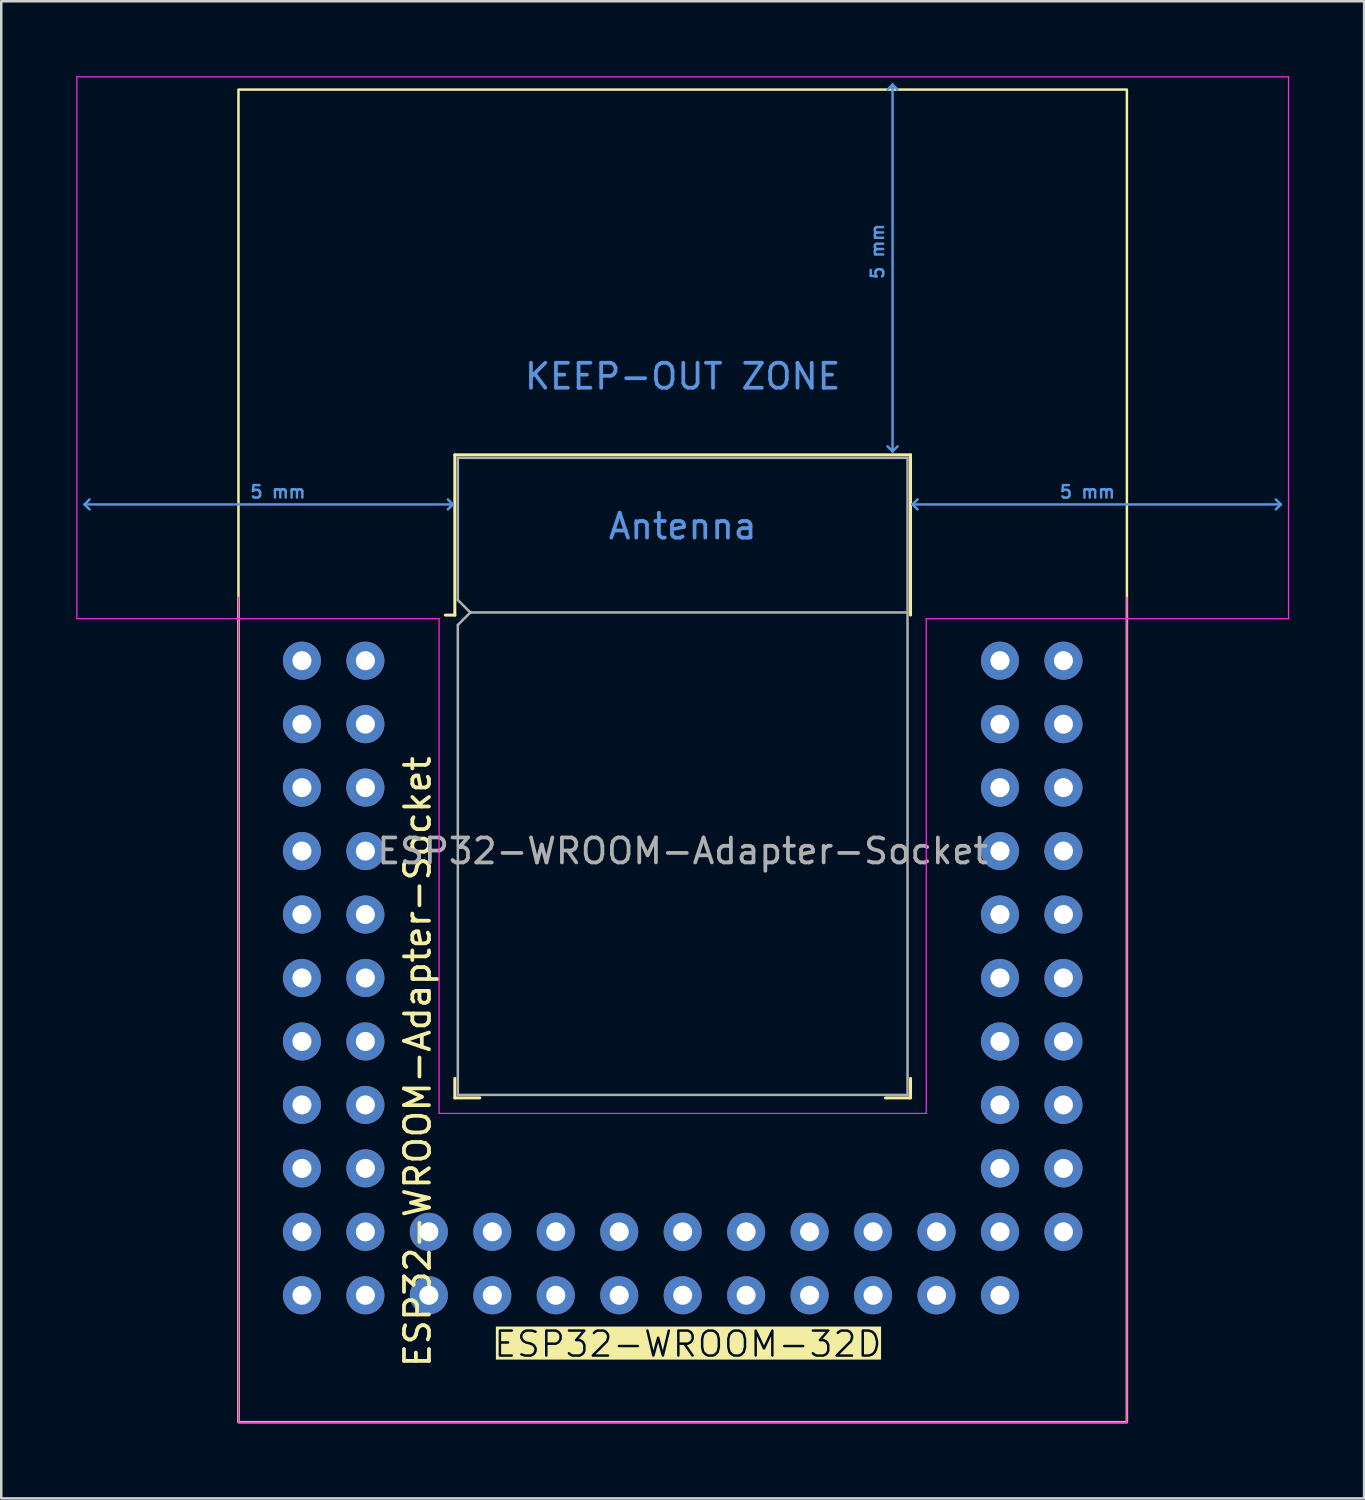
<source format=kicad_pcb>
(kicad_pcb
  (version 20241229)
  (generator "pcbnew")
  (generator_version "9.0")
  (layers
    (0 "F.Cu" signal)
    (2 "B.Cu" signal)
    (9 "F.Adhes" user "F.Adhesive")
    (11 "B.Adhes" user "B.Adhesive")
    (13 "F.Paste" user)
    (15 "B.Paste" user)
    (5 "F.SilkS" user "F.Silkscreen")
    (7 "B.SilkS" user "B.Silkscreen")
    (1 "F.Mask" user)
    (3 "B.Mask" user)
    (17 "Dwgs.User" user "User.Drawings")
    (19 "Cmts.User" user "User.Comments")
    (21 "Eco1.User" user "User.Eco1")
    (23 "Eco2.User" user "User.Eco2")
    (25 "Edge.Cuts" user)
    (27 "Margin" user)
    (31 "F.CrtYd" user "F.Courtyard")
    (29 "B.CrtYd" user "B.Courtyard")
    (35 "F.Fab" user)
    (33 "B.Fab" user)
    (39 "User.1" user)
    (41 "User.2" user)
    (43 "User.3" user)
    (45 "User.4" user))
  (footprint "ESP32-WROOM-Adapter-Socket"
    (layer "F.Cu")
    (at 24.275 31.015)
    (property "Reference" "ESP32-WROOM-Adapter-Socket" (at -10.61 8.43 90) (layer "F.SilkS") (effects (font (size 1 1) (thickness 0.15))))
    (attr through_hole)
    (fp_line (start -9.12 -15.86) (end -9.12 -9.445) (stroke (width 0.12) (type solid)) (layer "F.SilkS"))
    (fp_line (start -9.12 -15.86) (end 9.12 -15.86) (stroke (width 0.12) (type solid)) (layer "F.SilkS"))
    (fp_line (start -9.12 -9.445) (end -9.5 -9.445) (stroke (width 0.12) (type solid)) (layer "F.SilkS"))
    (fp_line (start -9.12 9.1) (end -9.12 9.88) (stroke (width 0.12) (type solid)) (layer "F.SilkS"))
    (fp_line (start -9.12 9.88) (end -8.12 9.88) (stroke (width 0.12) (type solid)) (layer "F.SilkS"))
    (fp_line (start 9.12 -15.86) (end 9.12 -9.445) (stroke (width 0.12) (type solid)) (layer "F.SilkS"))
    (fp_line (start 9.12 9.1) (end 9.12 9.88) (stroke (width 0.12) (type solid)) (layer "F.SilkS"))
    (fp_line (start 9.12 9.88) (end 8.12 9.88) (stroke (width 0.12) (type solid)) (layer "F.SilkS"))
    (fp_rect (start -17.78 22.86) (end 17.78 -30.48) (stroke (width 0.1) (type default)) (fill no) (layer "F.SilkS"))
    (fp_line (start -23.94 -13.875) (end -23.74 -14.075) (stroke (width 0.1) (type solid)) (layer "Cmts.User"))
    (fp_line (start -23.94 -13.875) (end -23.74 -13.675) (stroke (width 0.1) (type solid)) (layer "Cmts.User"))
    (fp_line (start -23.94 -13.875) (end -9.2 -13.875) (stroke (width 0.1) (type solid)) (layer "Cmts.User"))
    (fp_line (start -9.2 -13.875) (end -9.4 -14.075) (stroke (width 0.1) (type solid)) (layer "Cmts.User"))
    (fp_line (start -9.2 -13.875) (end -9.4 -13.675) (stroke (width 0.1) (type solid)) (layer "Cmts.User"))
    (fp_line (start 8.4 -30.68) (end 8.2 -30.48) (stroke (width 0.1) (type solid)) (layer "Cmts.User"))
    (fp_line (start 8.4 -30.68) (end 8.6 -30.48) (stroke (width 0.1) (type solid)) (layer "Cmts.User"))
    (fp_line (start 8.4 -16) (end 8.2 -16.2) (stroke (width 0.1) (type solid)) (layer "Cmts.User"))
    (fp_line (start 8.4 -16) (end 8.4 -30.68) (stroke (width 0.1) (type solid)) (layer "Cmts.User"))
    (fp_line (start 8.4 -16) (end 8.6 -16.2) (stroke (width 0.1) (type solid)) (layer "Cmts.User"))
    (fp_line (start 9.2 -13.875) (end 9.4 -14.075) (stroke (width 0.1) (type solid)) (layer "Cmts.User"))
    (fp_line (start 9.2 -13.875) (end 9.4 -13.675) (stroke (width 0.1) (type solid)) (layer "Cmts.User"))
    (fp_line (start 9.2 -13.875) (end 23.94 -13.875) (stroke (width 0.1) (type solid)) (layer "Cmts.User"))
    (fp_line (start 23.94 -13.875) (end 23.74 -14.075) (stroke (width 0.1) (type solid)) (layer "Cmts.User"))
    (fp_line (start 23.94 -13.875) (end 23.74 -13.675) (stroke (width 0.1) (type solid)) (layer "Cmts.User"))
    (fp_line (start -24.25 -30.99) (end -24.25 -9.3) (stroke (width 0.05) (type solid)) (layer "F.CrtYd"))
    (fp_line (start -24.25 -30.99) (end 24.25 -30.99) (stroke (width 0.05) (type solid)) (layer "F.CrtYd"))
    (fp_line (start -24.25 -9.3) (end -9.75 -9.3) (stroke (width 0.05) (type solid)) (layer "F.CrtYd"))
    (fp_line (start -17.78 -10.16) (end -17.78 22.86) (stroke (width 0.05) (type solid)) (layer "F.CrtYd"))
    (fp_line (start -17.78 22.86) (end 17.78 22.86) (stroke (width 0.05) (type solid)) (layer "F.CrtYd"))
    (fp_line (start -9.75 10.5) (end -9.75 -9.3) (stroke (width 0.05) (type solid)) (layer "F.CrtYd"))
    (fp_line (start -9.75 10.5) (end 9.75 10.5) (stroke (width 0.05) (type solid)) (layer "F.CrtYd"))
    (fp_line (start 9.75 -9.3) (end 9.75 10.5) (stroke (width 0.05) (type solid)) (layer "F.CrtYd"))
    (fp_line (start 9.75 -9.3) (end 24.25 -9.3) (stroke (width 0.05) (type solid)) (layer "F.CrtYd"))
    (fp_line (start 17.78 22.86) (end 17.78 -10.16) (stroke (width 0.05) (type solid)) (layer "F.CrtYd"))
    (fp_line (start 24.25 -30.99) (end 24.25 -9.3) (stroke (width 0.05) (type solid)) (layer "F.CrtYd"))
    (fp_line (start -9 -15.74) (end -9 -10.05) (stroke (width 0.1) (type solid)) (layer "F.Fab"))
    (fp_line (start -9 -15.74) (end 9 -15.74) (stroke (width 0.1) (type solid)) (layer "F.Fab"))
    (fp_line (start -9 -9.05) (end -9 9.76) (stroke (width 0.1) (type solid)) (layer "F.Fab"))
    (fp_line (start -9 -9.05) (end -8.5 -9.55) (stroke (width 0.1) (type solid)) (layer "F.Fab"))
    (fp_line (start -9 9.76) (end 9 9.76) (stroke (width 0.1) (type solid)) (layer "F.Fab"))
    (fp_line (start -8.5 -9.55) (end -9 -10.05) (stroke (width 0.1) (type solid)) (layer "F.Fab"))
    (fp_line (start -8.5 -9.55) (end 9 -9.55) (stroke (width 0.1) (type solid)) (layer "F.Fab"))
    (fp_line (start 9 9.76) (end 9 -15.74) (stroke (width 0.1) (type solid)) (layer "F.Fab"))
    (fp_text user "ESP32-WROOM-32D" (at -7.62 20.32 0) (unlocked yes) (layer "F.SilkS" knockout) (effects (font (size 1 1) (thickness 0.1)) (justify left bottom)))
    (fp_text user "KEEP-OUT ZONE" (at 0 -19 0) (layer "Cmts.User") (effects (font (size 1 1) (thickness 0.15))))
    (fp_text user "5 mm" (at 7.8 -24 90) (layer "Cmts.User") (effects (font (size 0.5 0.5) (thickness 0.1))))
    (fp_text user "5 mm" (at -16.2 -14.375 0) (layer "Cmts.User") (effects (font (size 0.5 0.5) (thickness 0.1))))
    (fp_text user "5 mm" (at 16.2 -14.375 0) (layer "Cmts.User") (effects (font (size 0.5 0.5) (thickness 0.1))))
    (fp_text user "Antenna" (at 0 -13 0) (layer "Cmts.User") (effects (font (size 1 1) (thickness 0.15))))
    (fp_text user "${REFERENCE}" (at 0 0 0) (layer "F.Fab") (effects (font (size 1 1) (thickness 0.15))))
    (pad "" thru_hole circle (at -15.24 10.16) (size 1.524 1.524) (drill 0.762) (layers "*.Cu" "*.Mask"))
    (pad "" thru_hole circle (at -15.24 12.7 90) (size 1.524 1.524) (drill 0.762) (layers "*.Cu" "*.Mask"))
    (pad "" thru_hole circle (at -15.24 15.24 90) (size 1.524 1.524) (drill 0.762) (layers "*.Cu" "*.Mask"))
    (pad "" thru_hole circle (at -15.24 17.78 90) (size 1.524 1.524) (drill 0.762) (layers "*.Cu" "*.Mask"))
    (pad "" thru_hole circle (at -12.7 10.16) (size 1.524 1.524) (drill 0.762) (layers "*.Cu" "*.Mask"))
    (pad "" thru_hole circle (at -12.7 12.7 90) (size 1.524 1.524) (drill 0.762) (layers "*.Cu" "*.Mask"))
    (pad "" thru_hole circle (at -12.7 15.24 90) (size 1.524 1.524) (drill 0.762) (layers "*.Cu" "*.Mask"))
    (pad "" thru_hole circle (at -12.7 17.78 90) (size 1.524 1.524) (drill 0.762) (layers "*.Cu" "*.Mask"))
    (pad "" thru_hole circle (at -10.16 15.24 90) (size 1.524 1.524) (drill 0.762) (layers "*.Cu" "*.Mask"))
    (pad "" thru_hole circle (at -7.62 15.24 90) (size 1.524 1.524) (drill 0.762) (layers "*.Cu" "*.Mask"))
    (pad "" thru_hole circle (at -5.08 15.24 90) (size 1.524 1.524) (drill 0.762) (layers "*.Cu" "*.Mask"))
    (pad "" thru_hole circle (at -2.54 15.24 90) (size 1.524 1.524) (drill 0.762) (layers "*.Cu" "*.Mask"))
    (pad "" thru_hole circle (at 0 15.24 90) (size 1.524 1.524) (drill 0.762) (layers "*.Cu" "*.Mask"))
    (pad "" thru_hole circle (at 2.54 15.24 90) (size 1.524 1.524) (drill 0.762) (layers "*.Cu" "*.Mask"))
    (pad "" thru_hole circle (at 5.08 15.24 90) (size 1.524 1.524) (drill 0.762) (layers "*.Cu" "*.Mask"))
    (pad "" thru_hole circle (at 7.62 15.24 90) (size 1.524 1.524) (drill 0.762) (layers "*.Cu" "*.Mask"))
    (pad "" thru_hole circle (at 10.16 15.24 90) (size 1.524 1.524) (drill 0.762) (layers "*.Cu" "*.Mask"))
    (pad "" thru_hole circle (at 12.7 10.16) (size 1.524 1.524) (drill 0.762) (layers "*.Cu" "*.Mask"))
    (pad "" thru_hole circle (at 12.7 12.7 90) (size 1.524 1.524) (drill 0.762) (layers "*.Cu" "*.Mask"))
    (pad "" thru_hole circle (at 12.7 15.24 90) (size 1.524 1.524) (drill 0.762) (layers "*.Cu" "*.Mask"))
    (pad "" thru_hole circle (at 12.7 17.78 90) (size 1.524 1.524) (drill 0.762) (layers "*.Cu" "*.Mask"))
    (pad "" thru_hole circle (at 15.24 10.16) (size 1.524 1.524) (drill 0.762) (layers "*.Cu" "*.Mask"))
    (pad "" thru_hole circle (at 15.24 12.7 90) (size 1.524 1.524) (drill 0.762) (layers "*.Cu" "*.Mask"))
    (pad "" thru_hole circle (at 15.24 15.24 90) (size 1.524 1.524) (drill 0.762) (layers "*.Cu" "*.Mask"))
    (pad "1" thru_hole circle (at -15.24 -7.62) (size 1.524 1.524) (drill 0.762) (layers "*.Cu" "*.Mask"))
    (pad "2" thru_hole circle (at -12.7 -7.62) (size 1.524 1.524) (drill 0.762) (layers "*.Cu" "*.Mask"))
    (pad "3" thru_hole circle (at -15.24 -5.08) (size 1.524 1.524) (drill 0.762) (layers "*.Cu" "*.Mask"))
    (pad "4" thru_hole circle (at -12.7 -5.08) (size 1.524 1.524) (drill 0.762) (layers "*.Cu" "*.Mask"))
    (pad "5" thru_hole circle (at -15.24 -2.54) (size 1.524 1.524) (drill 0.762) (layers "*.Cu" "*.Mask"))
    (pad "6" thru_hole circle (at -12.7 -2.54) (size 1.524 1.524) (drill 0.762) (layers "*.Cu" "*.Mask"))
    (pad "7" thru_hole circle (at -15.24 0) (size 1.524 1.524) (drill 0.762) (layers "*.Cu" "*.Mask"))
    (pad "8" thru_hole circle (at -12.7 0) (size 1.524 1.524) (drill 0.762) (layers "*.Cu" "*.Mask"))
    (pad "9" thru_hole circle (at -15.24 2.54) (size 1.524 1.524) (drill 0.762) (layers "*.Cu" "*.Mask"))
    (pad "10" thru_hole circle (at -12.7 2.54) (size 1.524 1.524) (drill 0.762) (layers "*.Cu" "*.Mask"))
    (pad "11" thru_hole circle (at -15.24 5.08) (size 1.524 1.524) (drill 0.762) (layers "*.Cu" "*.Mask"))
    (pad "12" thru_hole circle (at -12.7 5.08) (size 1.524 1.524) (drill 0.762) (layers "*.Cu" "*.Mask"))
    (pad "13" thru_hole circle (at -15.24 7.62) (size 1.524 1.524) (drill 0.762) (layers "*.Cu" "*.Mask"))
    (pad "14" thru_hole circle (at -12.7 7.62) (size 1.524 1.524) (drill 0.762) (layers "*.Cu" "*.Mask"))
    (pad "25" thru_hole circle (at 15.24 7.62) (size 1.524 1.524) (drill 0.762) (layers "*.Cu" "*.Mask"))
    (pad "26" thru_hole circle (at 12.7 7.62) (size 1.524 1.524) (drill 0.762) (layers "*.Cu" "*.Mask"))
    (pad "27" thru_hole circle (at 15.24 5.08) (size 1.524 1.524) (drill 0.762) (layers "*.Cu" "*.Mask"))
    (pad "28" thru_hole circle (at 12.7 5.08) (size 1.524 1.524) (drill 0.762) (layers "*.Cu" "*.Mask"))
    (pad "29" thru_hole circle (at 15.24 2.54) (size 1.524 1.524) (drill 0.762) (layers "*.Cu" "*.Mask"))
    (pad "30" thru_hole circle (at 12.7 2.54) (size 1.524 1.524) (drill 0.762) (layers "*.Cu" "*.Mask"))
    (pad "31" thru_hole circle (at 15.24 0) (size 1.524 1.524) (drill 0.762) (layers "*.Cu" "*.Mask"))
    (pad "32" thru_hole circle (at 12.7 0) (size 1.524 1.524) (drill 0.762) (layers "*.Cu" "*.Mask"))
    (pad "33" thru_hole circle (at 15.24 -2.54) (size 1.524 1.524) (drill 0.762) (layers "*.Cu" "*.Mask"))
    (pad "34" thru_hole circle (at 12.7 -2.54) (size 1.524 1.524) (drill 0.762) (layers "*.Cu" "*.Mask"))
    (pad "35" thru_hole circle (at 15.24 -5.08) (size 1.524 1.524) (drill 0.762) (layers "*.Cu" "*.Mask"))
    (pad "36" thru_hole circle (at 12.7 -5.08) (size 1.524 1.524) (drill 0.762) (layers "*.Cu" "*.Mask"))
    (pad "37" thru_hole circle (at 15.24 -7.62) (size 1.524 1.524) (drill 0.762) (layers "*.Cu" "*.Mask"))
    (pad "38" thru_hole circle (at 12.7 -7.62) (size 1.524 1.524) (drill 0.762) (layers "*.Cu" "*.Mask"))
    (pad "41" thru_hole circle (at -10.16 17.78 90) (size 1.524 1.524) (drill 0.762) (layers "*.Cu" "*.Mask"))
    (pad "41" thru_hole circle (at -7.62 17.78 90) (size 1.524 1.524) (drill 0.762) (layers "*.Cu" "*.Mask"))
    (pad "41" thru_hole circle (at -5.08 17.78 90) (size 1.524 1.524) (drill 0.762) (layers "*.Cu" "*.Mask"))
    (pad "41" thru_hole circle (at -2.54 17.78 90) (size 1.524 1.524) (drill 0.762) (layers "*.Cu" "*.Mask"))
    (pad "41" thru_hole circle (at 0 17.78 90) (size 1.524 1.524) (drill 0.762) (layers "*.Cu" "*.Mask"))
    (pad "41" thru_hole circle (at 2.54 17.78 90) (size 1.524 1.524) (drill 0.762) (layers "*.Cu" "*.Mask"))
    (pad "41" thru_hole circle (at 5.08 17.78 90) (size 1.524 1.524) (drill 0.762) (layers "*.Cu" "*.Mask"))
    (pad "41" thru_hole circle (at 7.62 17.78 90) (size 1.524 1.524) (drill 0.762) (layers "*.Cu" "*.Mask"))
    (pad "41" thru_hole circle (at 10.16 17.78 90) (size 1.524 1.524) (drill 0.762) (layers "*.Cu" "*.Mask"))
    (zone (net_name "") (layers "F.Cu" "B.Cu") (hatch full 0.508) (connect_pads) (min_thickness 0.254) (filled_areas_thickness no) (keepout (tracks not_allowed) (vias not_allowed) (pads not_allowed) (copperpour not_allowed) (footprints not_allowed)) (placement (enabled no)) (fill) (polygon (pts (xy 0.275 21.465) (xy 48.275 21.465) (xy 48.275 0.275) (xy 0.275 0.275)))))
  (gr_rect
    (start -3 -3)
    (end 51.55 56.925)
    (stroke (width 0.1) (type default))
    (fill no)
    (layer "Edge.Cuts")))
</source>
